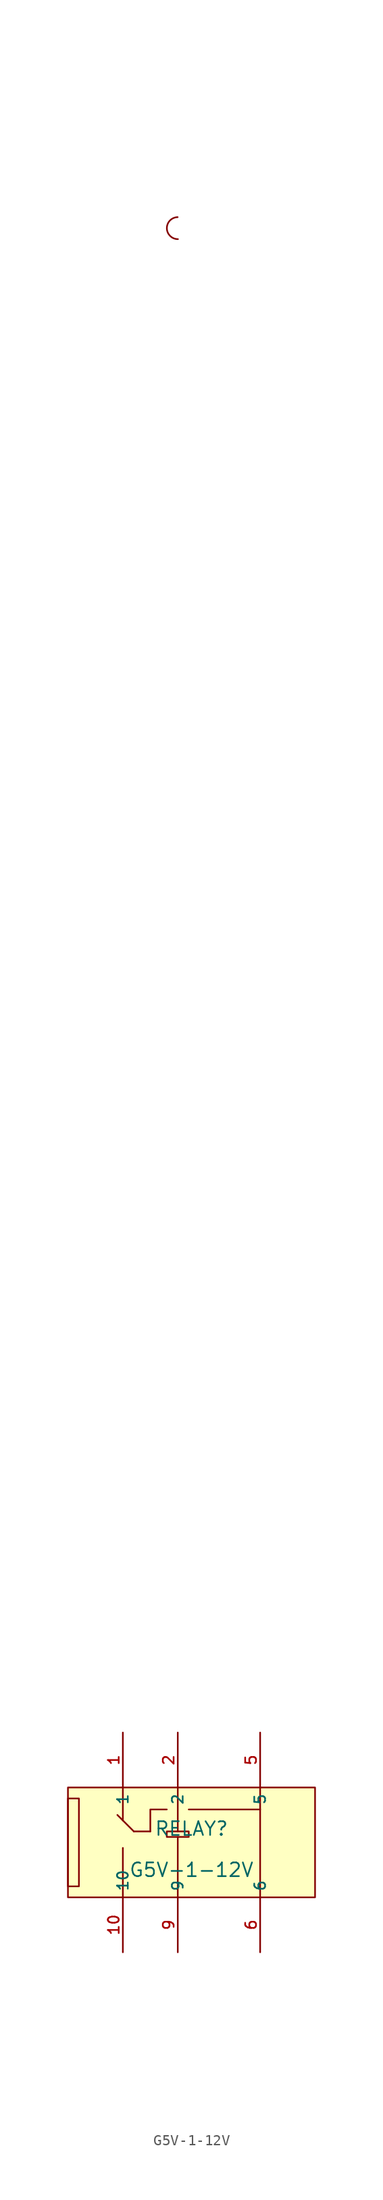
<source format=kicad_sym>
(kicad_symbol_lib
  (version 20241209)
  (generator "kicad_symbol_editor")
  (generator_version "9.0")
  (symbol "G5V-1-12V"
    (property "Reference" "RELAY"
      (at 0 1.27 0)
      (effects (font (size 1.27 1.27))))
    (property "Value" "G5V-1-12V"
      (at 0 -2.54 0)
      (effects (font (size 1.27 1.27))))
    (symbol "G5V-1-12V_0_1"
      (rectangle (start -11.43 5.08) (end 11.43 -5.08) (stroke (width 0) (type default)) (fill (type background)))
      (rectangle (start -11.43 4.064) (end -10.414 -4.064) (stroke (width 0) (type default)) (fill (type background)))
      (polyline (pts (xy -6.858 2.54) (xy -5.334 1.016)) (stroke (width 0) (type default)) (fill (type none)))
      (polyline (pts (xy -6.35 5.08) (xy -6.35 2.032)) (stroke (width 0) (type default)) (fill (type none)))
      (polyline (pts (xy -6.35 -5.08) (xy -6.35 -0.508)) (stroke (width 0) (type default)) (fill (type none)))
      (polyline (pts (xy -3.81 1.016) (xy -5.334 1.016)) (stroke (width 0) (type default)) (fill (type none)))
      (polyline (pts (xy -2.286 3.048) (xy -3.81 3.048) (xy -3.81 1.016)) (stroke (width 0) (type default)) (fill (type none)))
      (polyline (pts (xy -1.27 5.08) (xy -1.27 1.016) (xy -2.286 1.016) (xy -2.286 0.508) (xy -1.27 0.508)) (stroke (width 0) (type default)) (fill (type none)))
      (polyline (pts (xy -1.27 1.016) (xy -0.254 1.016) (xy -0.254 0.508) (xy -1.27 0.508) (xy -1.27 -5.08)) (stroke (width 0) (type default)) (fill (type none)))
      (arc (start -1.2551 148.2744) (mid -2.2843 149.277) (end -1.2817 150.3062) (stroke (width 0) (type default)) (fill (type none)))
      (polyline (pts (xy -0.254 3.048) (xy 6.35 3.048)) (stroke (width 0) (type default)) (fill (type none)))
      (polyline (pts (xy 6.35 5.08) (xy 6.35 -5.08)) (stroke (width 0) (type default)) (fill (type none)))
      (pin input line (at -6.35 10.16 270) (length 5.08) (name "1" (effects (font (size 1 1)))) (number "1" (effects (font (size 1 1)))))
      (pin input line (at -6.35 -10.16 90) (length 5.08) (name "10" (effects (font (size 1 1)))) (number "10" (effects (font (size 1 1)))))
      (pin input line (at -1.27 10.16 270) (length 5.08) (name "2" (effects (font (size 1 1)))) (number "2" (effects (font (size 1 1)))))
      (pin input line (at -1.27 -10.16 90) (length 5.08) (name "9" (effects (font (size 1 1)))) (number "9" (effects (font (size 1 1)))))
      (pin input line (at 6.35 10.16 270) (length 5.08) (name "5" (effects (font (size 1 1)))) (number "5" (effects (font (size 1 1)))))
      (pin input line (at 6.35 -10.16 90) (length 5.08) (name "6" (effects (font (size 1 1)))) (number "6" (effects (font (size 1 1))))))))
</source>
